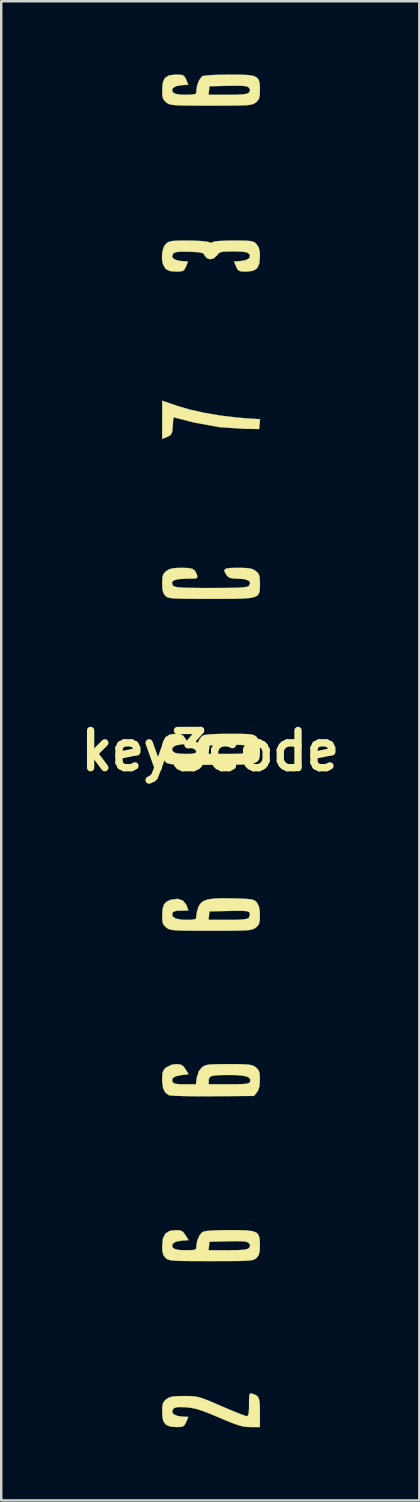
<source format=kicad_pcb>
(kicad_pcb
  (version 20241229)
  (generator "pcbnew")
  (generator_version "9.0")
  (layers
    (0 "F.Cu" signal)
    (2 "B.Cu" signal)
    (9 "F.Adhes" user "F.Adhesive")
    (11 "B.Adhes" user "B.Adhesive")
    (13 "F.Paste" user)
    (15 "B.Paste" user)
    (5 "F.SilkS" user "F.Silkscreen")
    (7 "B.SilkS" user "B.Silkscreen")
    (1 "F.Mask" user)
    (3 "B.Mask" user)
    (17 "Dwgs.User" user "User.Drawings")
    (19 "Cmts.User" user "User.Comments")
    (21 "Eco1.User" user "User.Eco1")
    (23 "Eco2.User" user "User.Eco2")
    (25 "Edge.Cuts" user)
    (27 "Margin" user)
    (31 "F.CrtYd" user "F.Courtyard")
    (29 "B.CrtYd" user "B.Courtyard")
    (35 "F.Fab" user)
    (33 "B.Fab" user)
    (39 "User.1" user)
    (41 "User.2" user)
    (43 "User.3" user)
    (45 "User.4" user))
  (footprint "key3code"
    (layer "F.Cu")
    (at 5.559 27.691)
    (property "Reference" "key3code" (at 0 0 0) (layer "F.SilkS") (effects (font (size 1.524 1.524) (thickness 0.3))))
    (attr through_hole)
    (fp_poly (pts (xy -1.347 -14.121) (xy -0.836 -13.971) (xy -0.237 -13.838) (xy 0.413 -13.727) (xy 1.074 -13.647) (xy 1.416 -13.618) (xy 2.039 -13.577) (xy 2 -13.176) (xy 1.388 -13.184) (xy 0.384 -13.252) (xy -0.623 -13.434) (xy -0.879 -13.497) (xy -1.135 -13.564) (xy -1.34 -13.616) (xy -1.468 -13.647) (xy -1.495 -13.652) (xy -1.51 -13.595) (xy -1.527 -13.447) (xy -1.537 -13.298) (xy -1.553 -13.092) (xy -1.588 -12.974) (xy -1.662 -12.904) (xy -1.762 -12.856) (xy -1.968 -12.77) (xy -1.968 -14.334) (xy -1.347 -14.121)) (stroke (width 0.01) (type solid)) (fill yes) (layer "F.SilkS"))
    (fp_poly (pts (xy 1.73 26.324) (xy 1.865 26.375) (xy 1.953 26.447) (xy 2.003 26.564) (xy 2.026 26.753) (xy 2.032 27.04) (xy 2.032 27.091) (xy 2.032 27.686) (xy 1.647 27.686) (xy 1.479 27.679) (xy 1.314 27.655) (xy 1.127 27.603) (xy 0.891 27.518) (xy 0.581 27.392) (xy 0.361 27.297) (xy -0.021 27.136) (xy -0.318 27.023) (xy -0.556 26.948) (xy -0.763 26.902) (xy -0.968 26.878) (xy -0.986 26.877) (xy -1.236 26.866) (xy -1.392 26.877) (xy -1.485 26.916) (xy -1.518 26.948) (xy -1.564 27.07) (xy -1.495 27.169) (xy -1.322 27.234) (xy -1.175 27.254) (xy -0.899 27.273) (xy -0.986 27.48) (xy -1.048 27.602) (xy -1.126 27.663) (xy -1.262 27.684) (xy -1.394 27.686) (xy -1.634 27.667) (xy -1.792 27.601) (xy -1.841 27.559) (xy -1.92 27.446) (xy -1.959 27.284) (xy -1.968 27.056) (xy -1.961 26.834) (xy -1.931 26.697) (xy -1.863 26.601) (xy -1.801 26.548) (xy -1.698 26.482) (xy -1.571 26.442) (xy -1.388 26.422) (xy -1.115 26.416) (xy -1.064 26.416) (xy -0.849 26.418) (xy -0.675 26.427) (xy -0.516 26.452) (xy -0.345 26.5) (xy -0.135 26.578) (xy 0.141 26.693) (xy 0.454 26.829) (xy 0.78 26.968) (xy 1.069 27.087) (xy 1.3 27.178) (xy 1.451 27.231) (xy 1.495 27.241) (xy 1.544 27.214) (xy 1.573 27.118) (xy 1.586 26.93) (xy 1.587 26.761) (xy 1.589 26.518) (xy 1.6 26.378) (xy 1.627 26.317) (xy 1.679 26.31) (xy 1.73 26.324)) (stroke (width 0.01) (type solid)) (fill yes) (layer "F.SilkS"))
    (fp_poly (pts (xy 1.127 12.828) (xy 1.392 12.835) (xy 1.577 12.848) (xy 1.702 12.872) (xy 1.791 12.908) (xy 1.865 12.959) (xy 1.962 13.051) (xy 2.012 13.162) (xy 2.03 13.333) (xy 2.032 13.46) (xy 2.015 13.727) (xy 1.957 13.909) (xy 1.911 13.979) (xy 1.789 14.129) (xy 0.117 14.142) (xy -0.338 14.144) (xy -0.757 14.141) (xy -1.12 14.134) (xy -1.411 14.124) (xy -1.609 14.112) (xy -1.694 14.098) (xy -1.843 13.993) (xy -1.931 13.814) (xy -1.967 13.542) (xy -1.968 13.439) (xy -1.96 13.224) (xy -1.923 13.091) (xy -1.842 12.992) (xy -1.801 12.959) (xy -1.575 12.851) (xy -1.388 12.827) (xy -1.209 12.845) (xy -1.094 12.922) (xy -1.015 13.033) (xy -0.889 13.24) (xy -1.175 13.274) (xy -1.417 13.324) (xy -1.543 13.403) (xy -1.56 13.518) (xy -1.551 13.547) (xy -1.504 13.604) (xy -1.401 13.636) (xy -1.215 13.651) (xy -1.049 13.652) (xy -0.588 13.652) (xy -0.568 13.501) (xy -0.064 13.501) (xy -0.064 13.652) (xy 0.764 13.652) (xy 1.108 13.65) (xy 1.346 13.643) (xy 1.498 13.627) (xy 1.585 13.6) (xy 1.626 13.561) (xy 1.632 13.548) (xy 1.637 13.436) (xy 1.55 13.355) (xy 1.36 13.303) (xy 1.06 13.276) (xy 0.787 13.271) (xy 0.442 13.275) (xy 0.204 13.288) (xy 0.054 13.316) (xy -0.027 13.365) (xy -0.059 13.44) (xy -0.064 13.501) (xy -0.568 13.501) (xy -0.552 13.383) (xy -0.468 13.114) (xy -0.35 12.97) (xy -0.277 12.914) (xy -0.196 12.875) (xy -0.084 12.85) (xy 0.082 12.836) (xy 0.326 12.829) (xy 0.668 12.827) (xy 0.757 12.827) (xy 1.127 12.828)) (stroke (width 0.01) (type solid)) (fill yes) (layer "F.SilkS"))
    (fp_poly (pts (xy -1.225 -0.685) (xy -1.111 -0.623) (xy -1.015 -0.492) (xy -0.889 -0.286) (xy -1.17 -0.267) (xy -1.399 -0.226) (xy -1.534 -0.147) (xy -1.563 -0.041) (xy -1.524 0.032) (xy -1.424 0.09) (xy -1.234 0.12) (xy -1.008 0.127) (xy -0.072 0.127) (xy 0.718 0.127) (xy 1.068 0.124) (xy 1.311 0.113) (xy 1.467 0.091) (xy 1.557 0.058) (xy 1.587 0.032) (xy 1.634 -0.069) (xy 1.586 -0.161) (xy 1.528 -0.203) (xy 1.425 -0.229) (xy 1.254 -0.243) (xy 0.994 -0.245) (xy 0.737 -0.24) (xy -0.032 -0.222) (xy -0.072 0.127) (xy -1.008 0.127) (xy -0.778 0.124) (xy -0.648 0.11) (xy -0.588 0.074) (xy -0.572 0.007) (xy -0.572 -0.028) (xy -0.535 -0.264) (xy -0.44 -0.482) (xy -0.331 -0.612) (xy -0.239 -0.647) (xy -0.061 -0.672) (xy 0.214 -0.688) (xy 0.599 -0.696) (xy 0.766 -0.696) (xy 1.144 -0.696) (xy 1.417 -0.691) (xy 1.606 -0.68) (xy 1.732 -0.659) (xy 1.816 -0.627) (xy 1.88 -0.581) (xy 1.893 -0.569) (xy 1.976 -0.466) (xy 2.018 -0.327) (xy 2.032 -0.111) (xy 2.032 -0.061) (xy 2.032 0.115) (xy 2.021 0.255) (xy 1.989 0.363) (xy 1.92 0.443) (xy 1.803 0.499) (xy 1.624 0.536) (xy 1.37 0.558) (xy 1.028 0.568) (xy 0.585 0.571) (xy 0.032 0.572) (xy -0.486 0.571) (xy -0.892 0.569) (xy -1.2 0.565) (xy -1.427 0.557) (xy -1.587 0.544) (xy -1.695 0.526) (xy -1.766 0.501) (xy -1.816 0.469) (xy -1.841 0.445) (xy -1.921 0.33) (xy -1.959 0.164) (xy -1.968 -0.052) (xy -1.937 -0.355) (xy -1.837 -0.556) (xy -1.658 -0.666) (xy -1.408 -0.699) (xy -1.225 -0.685)) (stroke (width 0.01) (type solid)) (fill yes) (layer "F.SilkS"))
    (fp_poly (pts (xy -1.225 19.635) (xy -1.111 19.697) (xy -1.015 19.828) (xy -0.889 20.034) (xy -1.17 20.053) (xy -1.399 20.094) (xy -1.534 20.173) (xy -1.563 20.279) (xy -1.524 20.352) (xy -1.424 20.41) (xy -1.234 20.44) (xy -1.008 20.447) (xy -0.072 20.447) (xy 0.718 20.447) (xy 1.068 20.444) (xy 1.311 20.433) (xy 1.467 20.411) (xy 1.557 20.378) (xy 1.587 20.352) (xy 1.634 20.251) (xy 1.586 20.159) (xy 1.528 20.117) (xy 1.425 20.091) (xy 1.254 20.077) (xy 0.994 20.075) (xy 0.737 20.08) (xy -0.032 20.098) (xy -0.072 20.447) (xy -1.008 20.447) (xy -0.778 20.444) (xy -0.648 20.43) (xy -0.588 20.394) (xy -0.572 20.327) (xy -0.572 20.292) (xy -0.535 20.056) (xy -0.44 19.838) (xy -0.331 19.708) (xy -0.239 19.673) (xy -0.063 19.648) (xy 0.21 19.632) (xy 0.592 19.624) (xy 0.778 19.624) (xy 1.206 19.625) (xy 1.524 19.638) (xy 1.748 19.67) (xy 1.894 19.729) (xy 1.979 19.824) (xy 2.019 19.963) (xy 2.031 20.154) (xy 2.032 20.254) (xy 2.022 20.488) (xy 1.986 20.638) (xy 1.911 20.744) (xy 1.893 20.762) (xy 1.846 20.801) (xy 1.788 20.831) (xy 1.704 20.853) (xy 1.577 20.869) (xy 1.394 20.88) (xy 1.139 20.887) (xy 0.796 20.89) (xy 0.35 20.891) (xy 0.032 20.892) (xy -0.482 20.891) (xy -0.884 20.889) (xy -1.189 20.885) (xy -1.413 20.876) (xy -1.571 20.864) (xy -1.679 20.845) (xy -1.751 20.819) (xy -1.802 20.786) (xy -1.83 20.762) (xy -1.914 20.656) (xy -1.956 20.513) (xy -1.968 20.29) (xy -1.968 20.265) (xy -1.937 19.964) (xy -1.835 19.763) (xy -1.655 19.653) (xy -1.408 19.622) (xy -1.225 19.635)) (stroke (width 0.01) (type solid)) (fill yes) (layer "F.SilkS"))
    (fp_poly (pts (xy 1.282 -20.89) (xy 1.515 -20.884) (xy 1.67 -20.868) (xy 1.771 -20.84) (xy 1.842 -20.795) (xy 1.894 -20.745) (xy 1.98 -20.619) (xy 2.022 -20.454) (xy 2.032 -20.237) (xy 2.007 -19.947) (xy 1.921 -19.76) (xy 1.759 -19.657) (xy 1.505 -19.622) (xy 1.461 -19.622) (xy 1.269 -19.628) (xy 1.161 -19.662) (xy 1.096 -19.745) (xy 1.059 -19.828) (xy 0.974 -20.034) (xy 1.244 -20.053) (xy 1.468 -20.095) (xy 1.6 -20.175) (xy 1.626 -20.282) (xy 1.587 -20.352) (xy 1.509 -20.402) (xy 1.361 -20.432) (xy 1.119 -20.445) (xy 0.946 -20.447) (xy 0.675 -20.445) (xy 0.501 -20.433) (xy 0.395 -20.405) (xy 0.327 -20.353) (xy 0.28 -20.288) (xy 0.143 -20.163) (xy -0.017 -20.128) (xy -0.159 -20.184) (xy -0.223 -20.272) (xy -0.263 -20.341) (xy -0.33 -20.384) (xy -0.449 -20.41) (xy -0.648 -20.425) (xy -0.863 -20.433) (xy -1.156 -20.438) (xy -1.348 -20.427) (xy -1.463 -20.398) (xy -1.522 -20.354) (xy -1.565 -20.236) (xy -1.493 -20.138) (xy -1.321 -20.072) (xy -1.181 -20.053) (xy -0.911 -20.034) (xy -0.995 -19.828) (xy -1.056 -19.705) (xy -1.133 -19.644) (xy -1.269 -19.623) (xy -1.397 -19.622) (xy -1.637 -19.641) (xy -1.796 -19.709) (xy -1.841 -19.748) (xy -1.937 -19.92) (xy -1.978 -20.158) (xy -1.966 -20.412) (xy -1.902 -20.636) (xy -1.822 -20.753) (xy -1.747 -20.813) (xy -1.658 -20.853) (xy -1.529 -20.876) (xy -1.332 -20.888) (xy -1.043 -20.891) (xy -0.928 -20.892) (xy -0.623 -20.886) (xy -0.356 -20.872) (xy -0.158 -20.851) (xy -0.063 -20.828) (xy 0.058 -20.799) (xy 0.095 -20.828) (xy 0.173 -20.854) (xy 0.357 -20.874) (xy 0.627 -20.887) (xy 0.945 -20.892) (xy 1.282 -20.89)) (stroke (width 0.01) (type solid)) (fill yes) (layer "F.SilkS"))
    (fp_poly (pts (xy 1.422 -7.488) (xy 1.616 -7.47) (xy 1.748 -7.433) (xy 1.853 -7.37) (xy 1.865 -7.361) (xy 1.961 -7.27) (xy 2.011 -7.161) (xy 2.03 -6.993) (xy 2.032 -6.853) (xy 2.032 -6.678) (xy 2.021 -6.539) (xy 1.988 -6.431) (xy 1.92 -6.351) (xy 1.802 -6.295) (xy 1.623 -6.258) (xy 1.368 -6.237) (xy 1.026 -6.226) (xy 0.583 -6.223) (xy 0.032 -6.223) (xy -0.486 -6.223) (xy -0.892 -6.225) (xy -1.2 -6.23) (xy -1.427 -6.238) (xy -1.587 -6.25) (xy -1.695 -6.269) (xy -1.766 -6.293) (xy -1.816 -6.326) (xy -1.841 -6.35) (xy -1.92 -6.463) (xy -1.959 -6.625) (xy -1.968 -6.853) (xy -1.961 -7.075) (xy -1.931 -7.212) (xy -1.863 -7.308) (xy -1.801 -7.361) (xy -1.679 -7.435) (xy -1.525 -7.476) (xy -1.298 -7.492) (xy -1.174 -7.493) (xy -0.906 -7.485) (xy -0.735 -7.453) (xy -0.631 -7.381) (xy -0.565 -7.256) (xy -0.543 -7.191) (xy -0.527 -7.119) (xy -0.55 -7.076) (xy -0.637 -7.055) (xy -0.812 -7.049) (xy -0.972 -7.048) (xy -1.293 -7.031) (xy -1.494 -6.98) (xy -1.575 -6.895) (xy -1.535 -6.777) (xy -1.524 -6.763) (xy -1.48 -6.732) (xy -1.397 -6.708) (xy -1.259 -6.691) (xy -1.052 -6.679) (xy -0.759 -6.672) (xy -0.368 -6.668) (xy 0.032 -6.668) (xy 0.515 -6.669) (xy 0.887 -6.673) (xy 1.161 -6.681) (xy 1.354 -6.693) (xy 1.48 -6.712) (xy 1.555 -6.737) (xy 1.587 -6.763) (xy 1.636 -6.882) (xy 1.568 -6.973) (xy 1.392 -7.03) (xy 1.139 -7.048) (xy 0.917 -7.057) (xy 0.782 -7.089) (xy 0.695 -7.157) (xy 0.67 -7.19) (xy 0.589 -7.323) (xy 0.577 -7.41) (xy 0.648 -7.462) (xy 0.816 -7.486) (xy 1.095 -7.493) (xy 1.134 -7.493) (xy 1.422 -7.488)) (stroke (width 0.01) (type solid)) (fill yes) (layer "F.SilkS"))
    (fp_poly (pts (xy 1.216 -27.683) (xy 1.531 -27.67) (xy 1.753 -27.637) (xy 1.897 -27.576) (xy 1.981 -27.48) (xy 2.02 -27.338) (xy 2.031 -27.144) (xy 2.032 -27.056) (xy 2.025 -26.834) (xy 1.994 -26.697) (xy 1.926 -26.601) (xy 1.865 -26.548) (xy 1.808 -26.508) (xy 1.743 -26.477) (xy 1.652 -26.454) (xy 1.52 -26.437) (xy 1.331 -26.427) (xy 1.069 -26.42) (xy 0.718 -26.417) (xy 0.264 -26.416) (xy 0.032 -26.416) (xy -0.473 -26.416) (xy -0.866 -26.419) (xy -1.164 -26.423) (xy -1.383 -26.432) (xy -1.537 -26.446) (xy -1.644 -26.466) (xy -1.719 -26.493) (xy -1.777 -26.529) (xy -1.801 -26.548) (xy -1.897 -26.639) (xy -1.948 -26.748) (xy -1.966 -26.916) (xy -1.968 -27.056) (xy -1.945 -27.349) (xy -1.865 -27.54) (xy -1.711 -27.646) (xy -1.467 -27.685) (xy -1.394 -27.686) (xy -1.201 -27.68) (xy -1.092 -27.646) (xy -1.025 -27.564) (xy -0.986 -27.48) (xy -0.899 -27.273) (xy -1.175 -27.254) (xy -1.401 -27.213) (xy -1.535 -27.133) (xy -1.563 -27.027) (xy -1.524 -26.956) (xy -1.424 -26.898) (xy -1.234 -26.867) (xy -1.008 -26.86) (xy -0.072 -26.86) (xy 0.718 -26.86) (xy 1.068 -26.864) (xy 1.311 -26.875) (xy 1.467 -26.896) (xy 1.557 -26.93) (xy 1.587 -26.956) (xy 1.634 -27.057) (xy 1.586 -27.148) (xy 1.528 -27.19) (xy 1.425 -27.217) (xy 1.254 -27.23) (xy 0.994 -27.232) (xy 0.737 -27.228) (xy -0.032 -27.21) (xy -0.072 -26.86) (xy -1.008 -26.86) (xy -0.778 -26.863) (xy -0.648 -26.878) (xy -0.588 -26.914) (xy -0.572 -26.98) (xy -0.572 -27.01) (xy -0.541 -27.23) (xy -0.463 -27.441) (xy -0.358 -27.592) (xy -0.315 -27.624) (xy -0.213 -27.645) (xy -0.01 -27.664) (xy 0.271 -27.677) (xy 0.603 -27.685) (xy 0.79 -27.686) (xy 1.216 -27.683)) (stroke (width 0.01) (type solid)) (fill yes) (layer "F.SilkS"))
    (fp_poly (pts (xy 0.909 6.041) (xy 0.947 6.042) (xy 1.29 6.052) (xy 1.53 6.065) (xy 1.689 6.084) (xy 1.791 6.113) (xy 1.859 6.157) (xy 1.911 6.214) (xy 1.992 6.367) (xy 2.028 6.587) (xy 2.032 6.733) (xy 2.025 6.953) (xy 1.993 7.09) (xy 1.922 7.186) (xy 1.865 7.234) (xy 1.808 7.274) (xy 1.743 7.305) (xy 1.652 7.328) (xy 1.52 7.345) (xy 1.331 7.355) (xy 1.069 7.362) (xy 0.718 7.365) (xy 0.264 7.366) (xy 0.032 7.366) (xy -0.473 7.366) (xy -0.866 7.363) (xy -1.164 7.359) (xy -1.383 7.35) (xy -1.537 7.336) (xy -1.644 7.316) (xy -1.719 7.289) (xy -1.777 7.253) (xy -1.801 7.234) (xy -1.901 7.138) (xy -1.951 7.021) (xy -1.968 6.84) (xy -1.968 6.754) (xy -1.952 6.47) (xy -1.892 6.283) (xy -1.773 6.164) (xy -1.602 6.093) (xy -1.332 6.059) (xy -1.122 6.128) (xy -0.982 6.299) (xy -0.964 6.345) (xy -0.896 6.54) (xy -1.203 6.54) (xy -1.408 6.553) (xy -1.518 6.598) (xy -1.552 6.65) (xy -1.547 6.775) (xy -1.424 6.863) (xy -1.189 6.912) (xy -0.972 6.921) (xy -0.072 6.921) (xy 0.718 6.921) (xy 1.079 6.918) (xy 1.33 6.905) (xy 1.488 6.881) (xy 1.571 6.844) (xy 1.581 6.834) (xy 1.623 6.705) (xy 1.613 6.642) (xy 1.581 6.598) (xy 1.513 6.57) (xy 1.387 6.554) (xy 1.181 6.549) (xy 0.876 6.552) (xy 0.77 6.555) (xy -0.032 6.572) (xy -0.072 6.921) (xy -0.972 6.921) (xy -0.754 6.919) (xy -0.634 6.902) (xy -0.583 6.86) (xy -0.572 6.781) (xy -0.572 6.761) (xy -0.547 6.591) (xy -0.486 6.396) (xy -0.481 6.384) (xy -0.404 6.251) (xy -0.288 6.154) (xy -0.116 6.089) (xy 0.129 6.051) (xy 0.465 6.036) (xy 0.909 6.041)) (stroke (width 0.01) (type solid)) (fill yes) (layer "F.SilkS")))
  (gr_rect
    (start -3 -3)
    (end 14.118 58.382)
    (stroke (width 0.1) (type default))
    (fill no)
    (layer "Edge.Cuts")))
</source>
